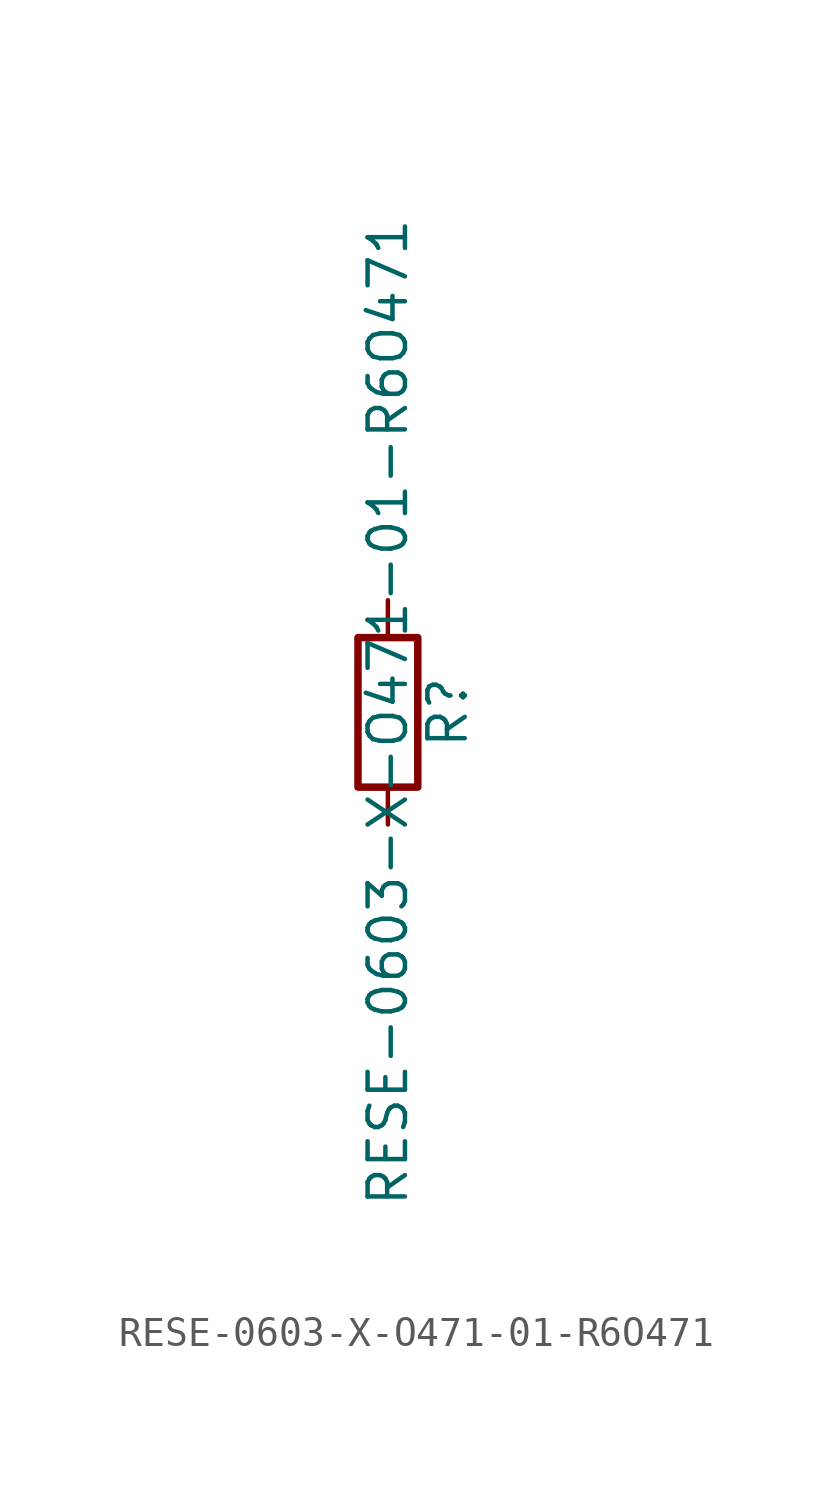
<source format=kicad_sym>
(kicad_symbol_lib
  (version 20211014)
  (generator kicad_symbol_editor)
  (symbol "RESE-0603-X-O471-01-R6O471"
    (pin_numbers hide)
    (pin_names
      (offset 0))
    (property "Reference" "R"
      (at 2.032 0 90)
      (effects (font (size 1.27 1.27))))
    (property "Value" "RESE-0603-X-O471-01-R6O471"
      (at 0 0 90)
      (effects (font (size 1.27 1.27))))
    (symbol "RESE-0603-X-O471-01-R6O471_0_1"
      (rectangle (start -1.016 -2.54) (end 1.016 2.54) (stroke (width 0.254) (type default) (color 0 0 0 0)) (fill (type none))))
    (symbol "RESE-0603-X-O471-01-R6O471_1_1"
      (pin passive line (at 0 3.81 270) (length 1.27) (name "~" (effects (font (size 1.27 1.27)))) (number "1" (effects (font (size 1.27 1.27)))))
      (pin passive line (at 0 -3.81 90) (length 1.27) (name "~" (effects (font (size 1.27 1.27)))) (number "2" (effects (font (size 1.27 1.27))))))))
</source>
